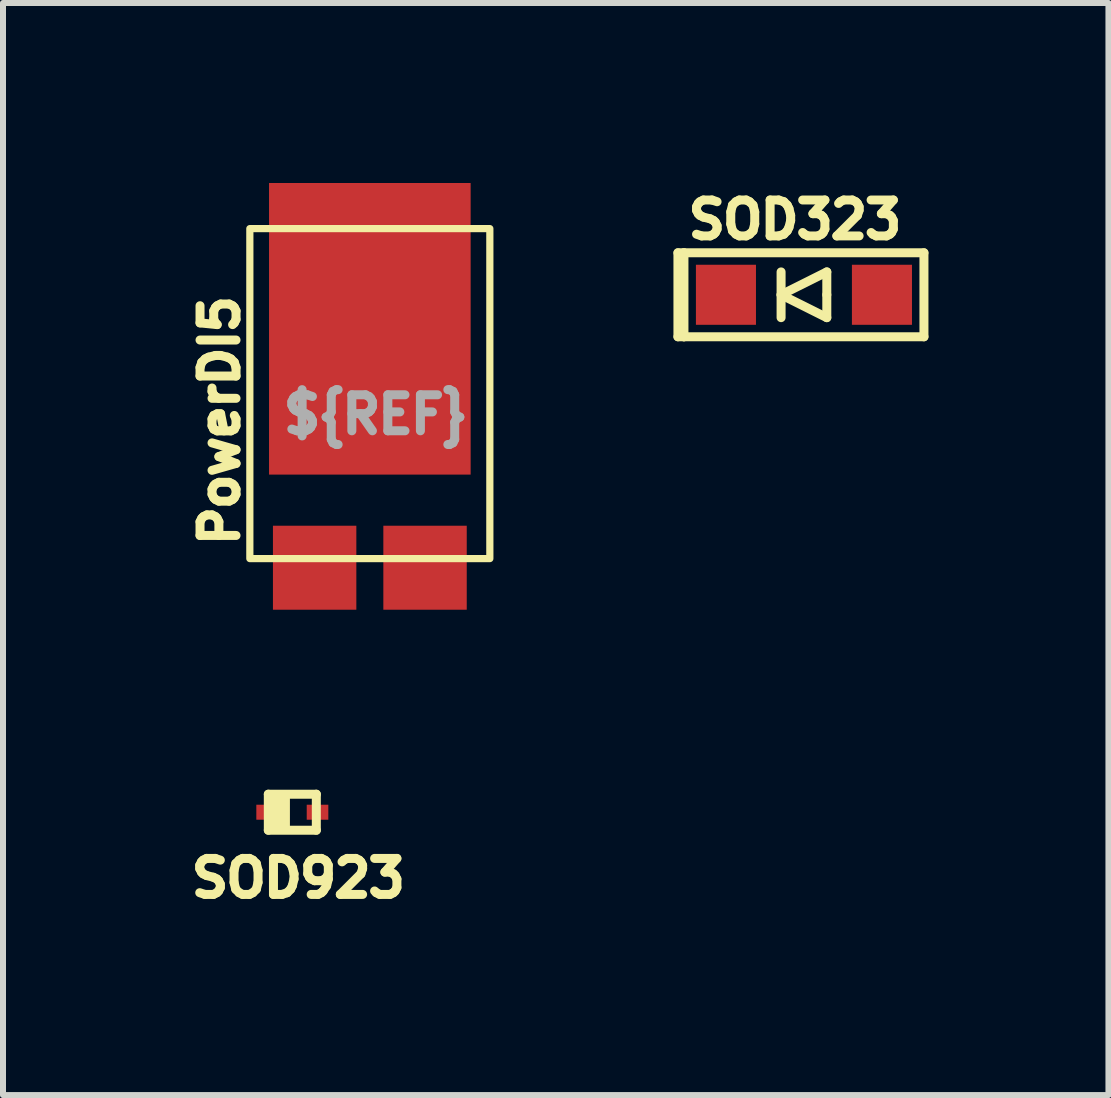
<source format=kicad_pcb>
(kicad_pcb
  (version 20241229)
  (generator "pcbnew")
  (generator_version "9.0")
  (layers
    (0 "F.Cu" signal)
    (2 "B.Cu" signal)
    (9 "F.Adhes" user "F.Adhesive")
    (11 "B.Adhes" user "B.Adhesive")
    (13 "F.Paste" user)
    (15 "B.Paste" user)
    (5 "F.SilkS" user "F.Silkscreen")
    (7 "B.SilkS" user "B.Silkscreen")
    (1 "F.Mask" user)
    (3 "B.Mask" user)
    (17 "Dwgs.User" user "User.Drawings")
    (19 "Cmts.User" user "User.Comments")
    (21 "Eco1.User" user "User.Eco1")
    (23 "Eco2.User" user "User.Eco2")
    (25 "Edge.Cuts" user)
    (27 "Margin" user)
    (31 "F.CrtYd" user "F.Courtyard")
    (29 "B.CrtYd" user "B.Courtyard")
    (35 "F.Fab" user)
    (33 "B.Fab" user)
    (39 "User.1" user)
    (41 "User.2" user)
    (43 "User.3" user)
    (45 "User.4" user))
  (footprint "SOD923"
    (layer "F.Cu")
    (at 1.822 10.487)
    (property "Reference" "SOD923" (at 0.1 1.1 0) (layer "F.SilkS") (effects (font (size 0.6 0.6) (thickness 0.15))))
    (attr through_hole)
    (fp_line (start -0.4 -0.3) (end 0.4 -0.3) (stroke (width 0.15) (type solid)) (layer "F.SilkS"))
    (fp_line (start -0.4 0.3) (end -0.4 -0.3) (stroke (width 0.15) (type solid)) (layer "F.SilkS"))
    (fp_line (start -0.3 -0.3) (end -0.3 0.3) (stroke (width 0.12) (type solid)) (layer "F.SilkS"))
    (fp_line (start -0.3 0.3) (end -0.2 0.3) (stroke (width 0.12) (type solid)) (layer "F.SilkS"))
    (fp_line (start -0.2 -0.3) (end -0.1 -0.3) (stroke (width 0.12) (type solid)) (layer "F.SilkS"))
    (fp_line (start -0.2 0.3) (end -0.2 -0.3) (stroke (width 0.12) (type solid)) (layer "F.SilkS"))
    (fp_line (start -0.1 -0.3) (end -0.1 0.3) (stroke (width 0.12) (type solid)) (layer "F.SilkS"))
    (fp_line (start -0.1 0.3) (end 0 0.3) (stroke (width 0.12) (type solid)) (layer "F.SilkS"))
    (fp_line (start 0.4 -0.3) (end 0.4 0.3) (stroke (width 0.15) (type solid)) (layer "F.SilkS"))
    (fp_line (start 0.4 0.3) (end -0.4 0.3) (stroke (width 0.15) (type solid)) (layer "F.SilkS"))
    (pad "A" smd rect (at 0.42 0) (size 0.36 0.25) (layers "F.Cu" "F.Mask" "F.Paste"))
    (pad "C" smd rect (at -0.42 0) (size 0.36 0.25) (layers "F.Cu" "F.Mask" "F.Paste")))
  (footprint "SOD323"
    (layer "F.Cu")
    (at 10.349 1.863)
    (property "Reference" "SOD323" (at -0.15 -1.25 0) (layer "F.SilkS") (effects (font (size 0.599 0.599) (thickness 0.15))))
    (attr smd)
    (fp_line (start -2.1 -0.7) (end -2.1 0.7) (stroke (width 0.15) (type solid)) (layer "F.SilkS"))
    (fp_line (start -2.1 0.7) (end -2 0.7) (stroke (width 0.15) (type solid)) (layer "F.SilkS"))
    (fp_line (start -2 -0.7) (end -2.1 -0.7) (stroke (width 0.15) (type solid)) (layer "F.SilkS"))
    (fp_line (start -2 -0.7) (end 2 -0.7) (stroke (width 0.15) (type solid)) (layer "F.SilkS"))
    (fp_line (start -2 0.7) (end -2 -0.7) (stroke (width 0.15) (type solid)) (layer "F.SilkS"))
    (fp_line (start -0.381 0) (end 0.381 0.381) (stroke (width 0.15) (type solid)) (layer "F.SilkS"))
    (fp_line (start -0.381 0.381) (end -0.381 -0.381) (stroke (width 0.15) (type solid)) (layer "F.SilkS"))
    (fp_line (start 0.381 -0.381) (end -0.381 0) (stroke (width 0.15) (type solid)) (layer "F.SilkS"))
    (fp_line (start 0.381 0) (end 0.381 -0.381) (stroke (width 0.15) (type solid)) (layer "F.SilkS"))
    (fp_line (start 0.381 0.381) (end 0.381 0) (stroke (width 0.15) (type solid)) (layer "F.SilkS"))
    (fp_line (start 2 -0.7) (end 2 0.7) (stroke (width 0.15) (type solid)) (layer "F.SilkS"))
    (fp_line (start 2 0.7) (end -2 0.7) (stroke (width 0.15) (type solid)) (layer "F.SilkS"))
    (pad "A" smd rect (at 1.3 0) (size 1.001 1.001) (layers "F.Cu" "F.Mask" "F.Paste"))
    (pad "C" smd rect (at -1.3 0) (size 1.001 1.001) (layers "F.Cu" "F.Mask" "F.Paste")))
  (footprint "PowerDI5"
    (layer "F.Cu")
    (at 3.114 4.86)
    (property "Reference" "PowerDI5" (at -2.5 -0.9 90) (unlocked yes) (layer "F.SilkS") (effects (font (size 0.6 0.6) (thickness 0.15))))
    (fp_rect (start -2 -4.1) (end 2 1.4) (stroke (width 0.12) (type solid)) (fill no) (layer "F.SilkS"))
    (fp_text user "${REF}" (at 0.1 -1 0) (unlocked yes) (layer "F.Fab") (effects (font (size 0.6 0.6) (thickness 0.15))))
    (pad "A" smd rect (at -0.92 1.552) (size 1.39 1.4) (layers "F.Cu" "F.Mask" "F.Paste"))
    (pad "A" smd rect (at 0.92 1.552) (size 1.39 1.4) (layers "F.Cu" "F.Mask" "F.Paste"))
    (pad "C" smd rect (at 0 -2.43) (size 3.36 4.86) (layers "F.Cu" "F.Mask" "F.Paste")))
  (gr_rect
    (start -3 -3)
    (end 15.424 15.201)
    (stroke (width 0.1) (type default))
    (fill no)
    (layer "Edge.Cuts")))
</source>
